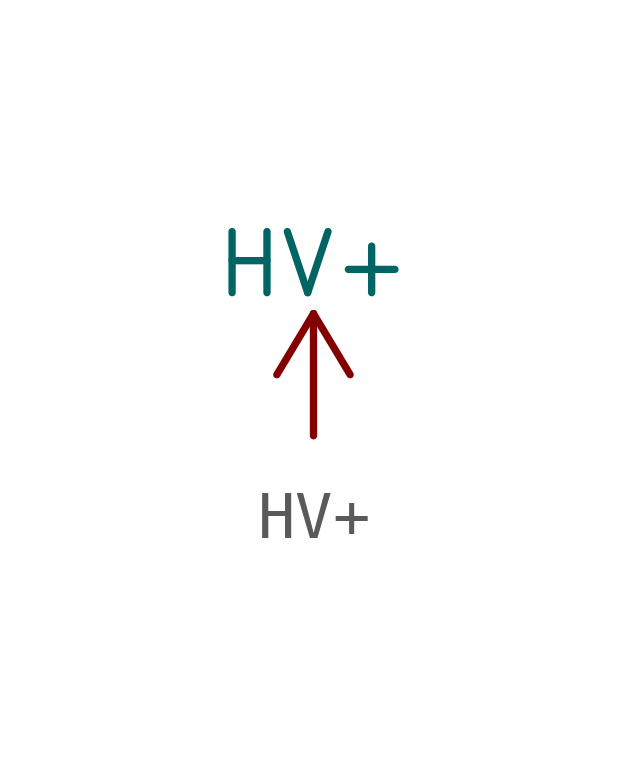
<source format=kicad_sym>
(kicad_symbol_lib
  (version 20241209)
  (generator "kicad_symbol_editor")
  (generator_version "9.0")
  (symbol "HV+"
    (power)
    (pin_names
      (offset 0))
    (property "Reference" "#PWR"
      (at 0 -3.81 0)
      (effects (font (size 1.27 1.27)) (hide yes)))
    (property "Value" "HV+"
      (at 0 3.556 0)
      (effects (font (size 1.27 1.27))))
    (symbol "HV+_0_1"
      (polyline (pts (xy -0.762 1.27) (xy 0 2.54)) (stroke (width 0) (type solid)) (fill (type none)))
      (polyline (pts (xy 0 2.54) (xy 0.762 1.27)) (stroke (width 0) (type solid)) (fill (type none)))
      (polyline (pts (xy 0 0) (xy 0 2.54)) (stroke (width 0) (type solid)) (fill (type none))))
    (symbol "HV+_1_1"
      (pin power_in line (at 0 0 90) (length 0) (hide yes) (name "HV+" (effects (font (size 1.27 1.27)))) (number "1" (effects (font (size 1.27 1.27))))))))
</source>
